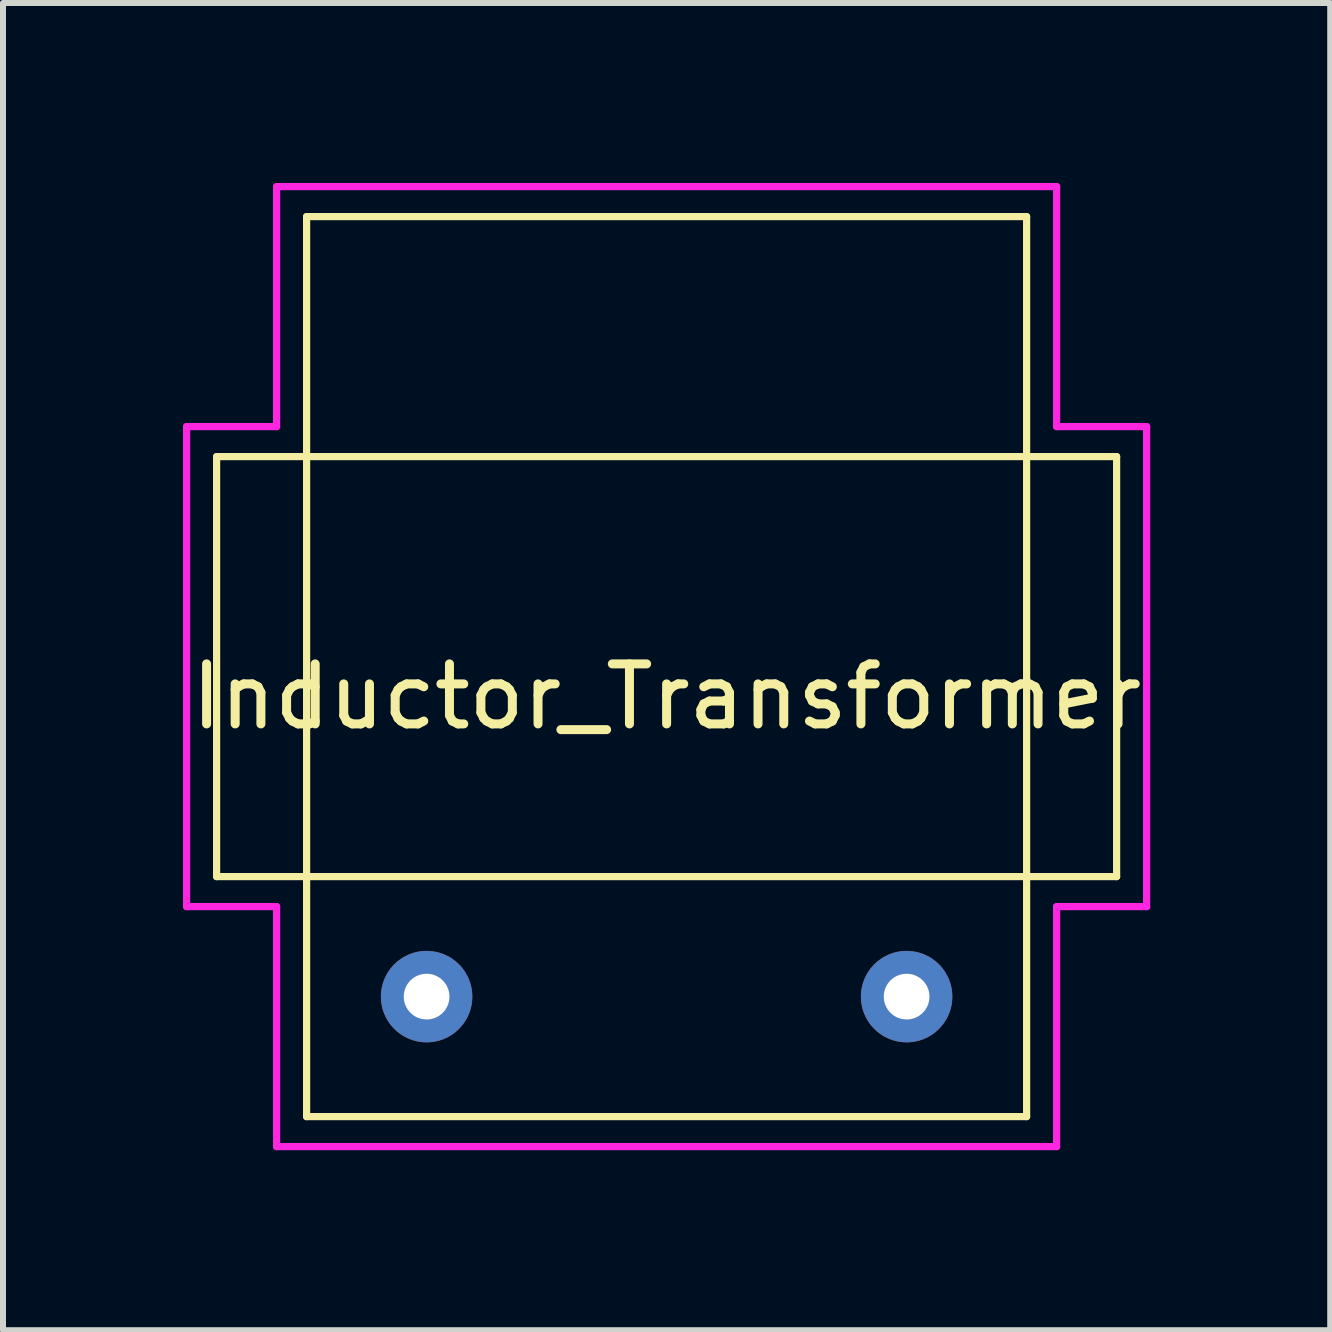
<source format=kicad_pcb>
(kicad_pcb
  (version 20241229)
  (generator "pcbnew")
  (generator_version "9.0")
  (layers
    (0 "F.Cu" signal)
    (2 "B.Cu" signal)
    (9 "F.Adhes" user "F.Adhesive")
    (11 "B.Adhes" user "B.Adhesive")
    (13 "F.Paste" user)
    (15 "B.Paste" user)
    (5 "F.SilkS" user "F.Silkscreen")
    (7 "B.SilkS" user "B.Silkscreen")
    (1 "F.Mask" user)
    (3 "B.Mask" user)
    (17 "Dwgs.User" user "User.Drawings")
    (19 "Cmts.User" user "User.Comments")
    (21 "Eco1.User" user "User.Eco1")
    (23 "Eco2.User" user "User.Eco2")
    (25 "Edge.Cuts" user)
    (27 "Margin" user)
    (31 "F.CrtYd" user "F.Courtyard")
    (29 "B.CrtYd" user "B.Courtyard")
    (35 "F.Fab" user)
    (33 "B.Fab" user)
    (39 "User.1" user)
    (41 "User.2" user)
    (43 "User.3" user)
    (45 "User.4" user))
  (footprint "Inductor_Transformer"
    (layer "F.Cu")
    (at 8.06 8.06)
    (property "Reference" "Inductor_Transformer" (at 0 0.5 0) (layer "F.SilkS") (effects (font (size 1 1) (thickness 0.15))))
    (attr through_hole)
    (fp_line (start -7.5 -3.5) (end -7.5 3.5) (stroke (width 0.12) (type solid)) (layer "F.SilkS"))
    (fp_line (start -7.5 -3.5) (end 7.5 -3.5) (stroke (width 0.12) (type solid)) (layer "F.SilkS"))
    (fp_line (start -7.5 3.5) (end 7.5 3.5) (stroke (width 0.12) (type solid)) (layer "F.SilkS"))
    (fp_line (start -6 7.5) (end -6 -7.5) (stroke (width 0.12) (type solid)) (layer "F.SilkS"))
    (fp_line (start 6 -7.5) (end -6 -7.5) (stroke (width 0.12) (type solid)) (layer "F.SilkS"))
    (fp_line (start 6 -7.5) (end 6 7.5) (stroke (width 0.12) (type solid)) (layer "F.SilkS"))
    (fp_line (start 6 7.5) (end -6 7.5) (stroke (width 0.12) (type solid)) (layer "F.SilkS"))
    (fp_line (start 7.5 -3.5) (end 7.5 3.5) (stroke (width 0.12) (type solid)) (layer "F.SilkS"))
    (fp_line (start -8 4) (end -8 -4) (stroke (width 0.12) (type solid)) (layer "F.CrtYd"))
    (fp_line (start -8 4) (end -6.5 4) (stroke (width 0.12) (type solid)) (layer "F.CrtYd"))
    (fp_line (start -6.5 -8) (end -6.5 -4) (stroke (width 0.12) (type solid)) (layer "F.CrtYd"))
    (fp_line (start -6.5 -8) (end 6.5 -8) (stroke (width 0.12) (type solid)) (layer "F.CrtYd"))
    (fp_line (start -6.5 -4) (end -8 -4) (stroke (width 0.12) (type solid)) (layer "F.CrtYd"))
    (fp_line (start -6.5 4) (end -6.5 8) (stroke (width 0.12) (type solid)) (layer "F.CrtYd"))
    (fp_line (start -6.5 8) (end 6.5 8) (stroke (width 0.12) (type solid)) (layer "F.CrtYd"))
    (fp_line (start 6.5 -4) (end 8 -4) (stroke (width 0.12) (type solid)) (layer "F.CrtYd"))
    (fp_line (start 6.5 -8) (end 6.5 -4) (stroke (width 0.12) (type solid)) (layer "F.CrtYd"))
    (fp_line (start 6.5 4) (end 6.5 8) (stroke (width 0.12) (type solid)) (layer "F.CrtYd"))
    (fp_line (start 8 -4) (end 8 4) (stroke (width 0.12) (type solid)) (layer "F.CrtYd"))
    (fp_line (start 8 4) (end 6.5 4) (stroke (width 0.12) (type solid)) (layer "F.CrtYd"))
    (pad "1" thru_hole circle (at -4 5.5) (size 1.524 1.524) (drill 0.762) (layers "*.Cu" "*.Mask"))
    (pad "2" thru_hole circle (at 4 5.5) (size 1.524 1.524) (drill 0.762) (layers "*.Cu" "*.Mask")))
  (gr_rect
    (start -3 -3)
    (end 19.12 19.12)
    (stroke (width 0.1) (type default))
    (fill no)
    (layer "Edge.Cuts")))
</source>
